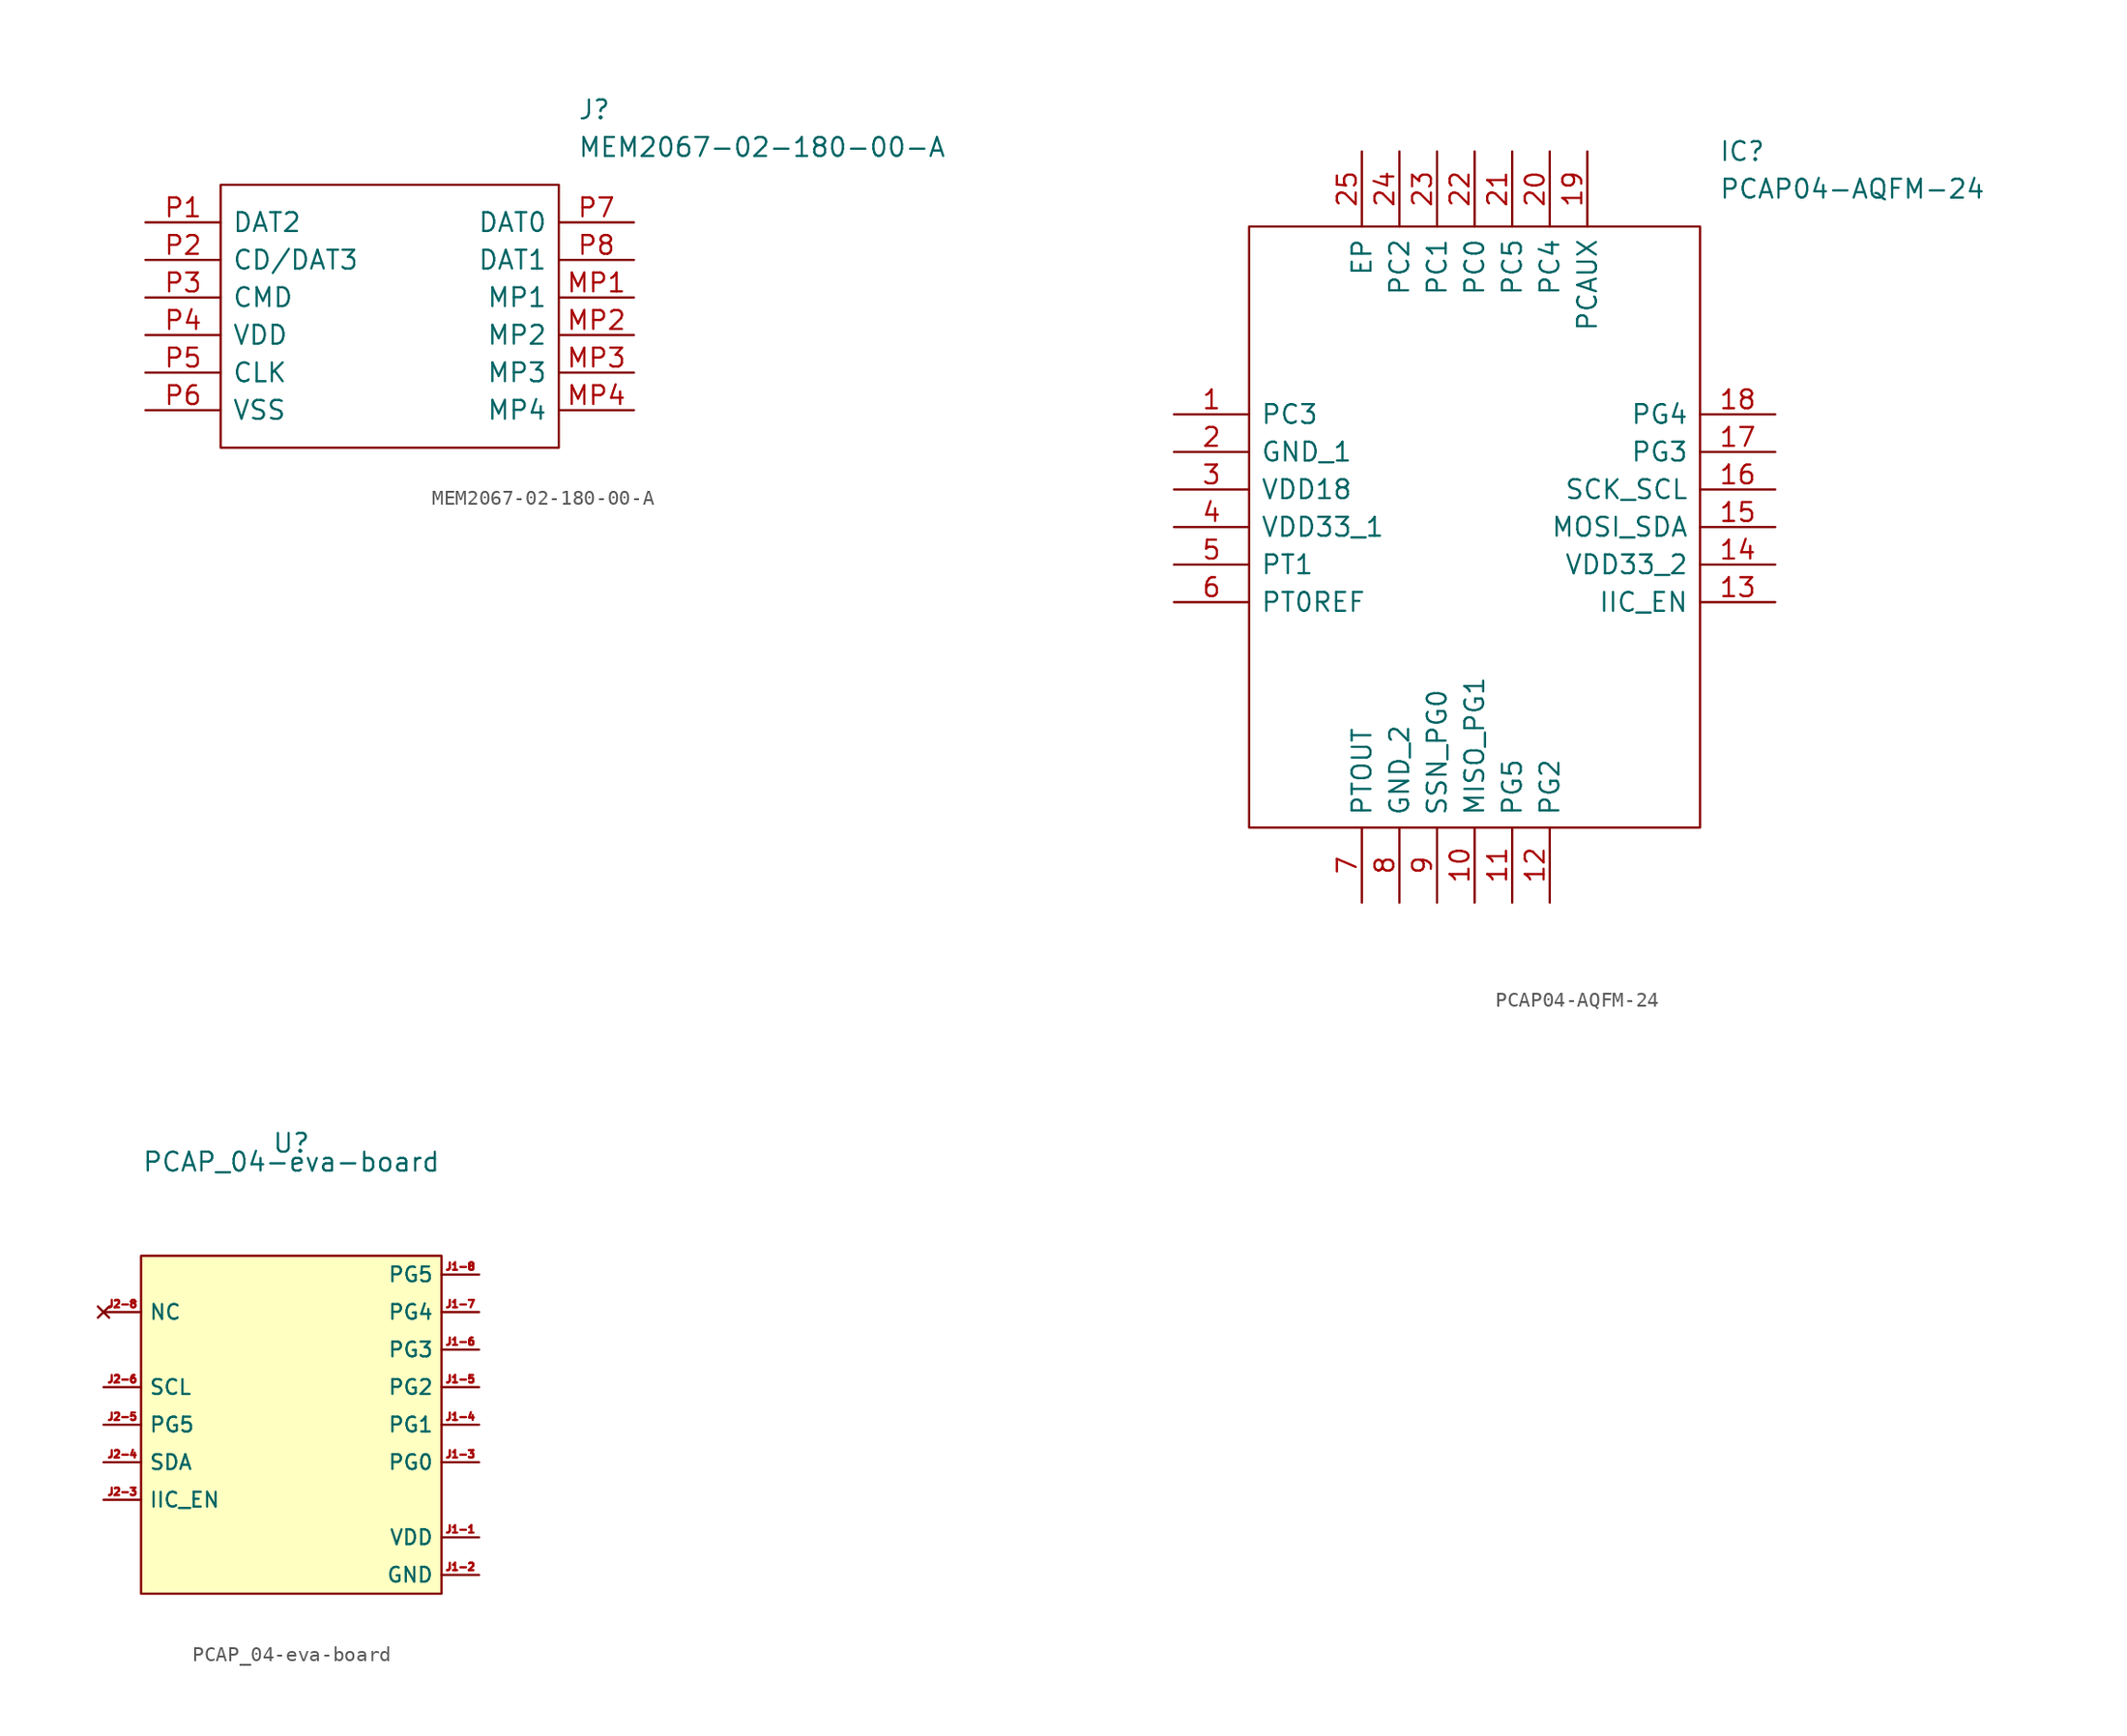
<source format=kicad_sym>
(kicad_symbol_lib
  (version 20211014)
  (generator kicad_symbol_editor)
  (symbol "MEM2067-02-180-00-A"
    (pin_names
      (offset 0.762))
    (property "Reference" "J"
      (at 29.21 7.62 0)
      (effects (font (size 1.27 1.27)) (justify left)))
    (property "Value" "MEM2067-02-180-00-A"
      (at 29.21 5.08 0)
      (effects (font (size 1.27 1.27)) (justify left)))
    (symbol "MEM2067-02-180-00-A_0_0"
      (pin passive line (at 33.02 -5.08 180) (length 5.08) (name "MP1" (effects (font (size 1.27 1.27)))) (number "MP1" (effects (font (size 1.27 1.27)))))
      (pin passive line (at 33.02 -7.62 180) (length 5.08) (name "MP2" (effects (font (size 1.27 1.27)))) (number "MP2" (effects (font (size 1.27 1.27)))))
      (pin passive line (at 33.02 -10.16 180) (length 5.08) (name "MP3" (effects (font (size 1.27 1.27)))) (number "MP3" (effects (font (size 1.27 1.27)))))
      (pin passive line (at 33.02 -12.7 180) (length 5.08) (name "MP4" (effects (font (size 1.27 1.27)))) (number "MP4" (effects (font (size 1.27 1.27)))))
      (pin passive line (at 0 0 0) (length 5.08) (name "DAT2" (effects (font (size 1.27 1.27)))) (number "P1" (effects (font (size 1.27 1.27)))))
      (pin passive line (at 0 -2.54 0) (length 5.08) (name "CD/DAT3" (effects (font (size 1.27 1.27)))) (number "P2" (effects (font (size 1.27 1.27)))))
      (pin passive line (at 0 -5.08 0) (length 5.08) (name "CMD" (effects (font (size 1.27 1.27)))) (number "P3" (effects (font (size 1.27 1.27)))))
      (pin passive line (at 0 -7.62 0) (length 5.08) (name "VDD" (effects (font (size 1.27 1.27)))) (number "P4" (effects (font (size 1.27 1.27)))))
      (pin passive line (at 0 -10.16 0) (length 5.08) (name "CLK" (effects (font (size 1.27 1.27)))) (number "P5" (effects (font (size 1.27 1.27)))))
      (pin passive line (at 0 -12.7 0) (length 5.08) (name "VSS" (effects (font (size 1.27 1.27)))) (number "P6" (effects (font (size 1.27 1.27)))))
      (pin passive line (at 33.02 0 180) (length 5.08) (name "DAT0" (effects (font (size 1.27 1.27)))) (number "P7" (effects (font (size 1.27 1.27)))))
      (pin passive line (at 33.02 -2.54 180) (length 5.08) (name "DAT1" (effects (font (size 1.27 1.27)))) (number "P8" (effects (font (size 1.27 1.27))))))
    (symbol "MEM2067-02-180-00-A_0_1"
      (polyline (pts (xy 5.08 2.54) (xy 27.94 2.54) (xy 27.94 -15.24) (xy 5.08 -15.24) (xy 5.08 2.54)) (stroke (width 0.152) (type default) (color 0 0 0 0)) (fill (type none)))))
  (symbol "PCAP04-AQFM-24"
    (pin_names
      (offset 0.762))
    (property "Reference" "IC"
      (at 36.83 17.78 0)
      (effects (font (size 1.27 1.27)) (justify left)))
    (property "Value" "PCAP04-AQFM-24"
      (at 36.83 15.24 0)
      (effects (font (size 1.27 1.27)) (justify left)))
    (symbol "PCAP04-AQFM-24_0_0"
      (pin passive line (at 0 0 0) (length 5.08) (name "PC3" (effects (font (size 1.27 1.27)))) (number "1" (effects (font (size 1.27 1.27)))))
      (pin passive line (at 20.32 -33.02 90) (length 5.08) (name "MISO_PG1" (effects (font (size 1.27 1.27)))) (number "10" (effects (font (size 1.27 1.27)))))
      (pin passive line (at 22.86 -33.02 90) (length 5.08) (name "PG5" (effects (font (size 1.27 1.27)))) (number "11" (effects (font (size 1.27 1.27)))))
      (pin passive line (at 25.4 -33.02 90) (length 5.08) (name "PG2" (effects (font (size 1.27 1.27)))) (number "12" (effects (font (size 1.27 1.27)))))
      (pin passive line (at 40.64 -12.7 180) (length 5.08) (name "IIC_EN" (effects (font (size 1.27 1.27)))) (number "13" (effects (font (size 1.27 1.27)))))
      (pin passive line (at 40.64 -10.16 180) (length 5.08) (name "VDD33_2" (effects (font (size 1.27 1.27)))) (number "14" (effects (font (size 1.27 1.27)))))
      (pin passive line (at 40.64 -7.62 180) (length 5.08) (name "MOSI_SDA" (effects (font (size 1.27 1.27)))) (number "15" (effects (font (size 1.27 1.27)))))
      (pin passive line (at 40.64 -5.08 180) (length 5.08) (name "SCK_SCL" (effects (font (size 1.27 1.27)))) (number "16" (effects (font (size 1.27 1.27)))))
      (pin passive line (at 40.64 -2.54 180) (length 5.08) (name "PG3" (effects (font (size 1.27 1.27)))) (number "17" (effects (font (size 1.27 1.27)))))
      (pin passive line (at 40.64 0 180) (length 5.08) (name "PG4" (effects (font (size 1.27 1.27)))) (number "18" (effects (font (size 1.27 1.27)))))
      (pin passive line (at 27.94 17.78 270) (length 5.08) (name "PCAUX" (effects (font (size 1.27 1.27)))) (number "19" (effects (font (size 1.27 1.27)))))
      (pin passive line (at 0 -2.54 0) (length 5.08) (name "GND_1" (effects (font (size 1.27 1.27)))) (number "2" (effects (font (size 1.27 1.27)))))
      (pin passive line (at 25.4 17.78 270) (length 5.08) (name "PC4" (effects (font (size 1.27 1.27)))) (number "20" (effects (font (size 1.27 1.27)))))
      (pin passive line (at 22.86 17.78 270) (length 5.08) (name "PC5" (effects (font (size 1.27 1.27)))) (number "21" (effects (font (size 1.27 1.27)))))
      (pin passive line (at 20.32 17.78 270) (length 5.08) (name "PC0" (effects (font (size 1.27 1.27)))) (number "22" (effects (font (size 1.27 1.27)))))
      (pin passive line (at 17.78 17.78 270) (length 5.08) (name "PC1" (effects (font (size 1.27 1.27)))) (number "23" (effects (font (size 1.27 1.27)))))
      (pin passive line (at 15.24 17.78 270) (length 5.08) (name "PC2" (effects (font (size 1.27 1.27)))) (number "24" (effects (font (size 1.27 1.27)))))
      (pin passive line (at 12.7 17.78 270) (length 5.08) (name "EP" (effects (font (size 1.27 1.27)))) (number "25" (effects (font (size 1.27 1.27)))))
      (pin passive line (at 0 -5.08 0) (length 5.08) (name "VDD18" (effects (font (size 1.27 1.27)))) (number "3" (effects (font (size 1.27 1.27)))))
      (pin passive line (at 0 -7.62 0) (length 5.08) (name "VDD33_1" (effects (font (size 1.27 1.27)))) (number "4" (effects (font (size 1.27 1.27)))))
      (pin passive line (at 0 -10.16 0) (length 5.08) (name "PT1" (effects (font (size 1.27 1.27)))) (number "5" (effects (font (size 1.27 1.27)))))
      (pin passive line (at 0 -12.7 0) (length 5.08) (name "PT0REF" (effects (font (size 1.27 1.27)))) (number "6" (effects (font (size 1.27 1.27)))))
      (pin passive line (at 12.7 -33.02 90) (length 5.08) (name "PTOUT" (effects (font (size 1.27 1.27)))) (number "7" (effects (font (size 1.27 1.27)))))
      (pin passive line (at 15.24 -33.02 90) (length 5.08) (name "GND_2" (effects (font (size 1.27 1.27)))) (number "8" (effects (font (size 1.27 1.27)))))
      (pin passive line (at 17.78 -33.02 90) (length 5.08) (name "SSN_PG0" (effects (font (size 1.27 1.27)))) (number "9" (effects (font (size 1.27 1.27))))))
    (symbol "PCAP04-AQFM-24_0_1"
      (polyline (pts (xy 5.08 12.7) (xy 35.56 12.7) (xy 35.56 -27.94) (xy 5.08 -27.94) (xy 5.08 12.7)) (stroke (width 0.152) (type default) (color 0 0 0 0)) (fill (type none)))))
  (symbol "PCAP_04-eva-board"
    (property "Reference" "U"
      (at 0 17.78 0)
      (effects (font (size 1.27 1.27))))
    (property "Value" "PCAP_04-eva-board"
      (at 0 16.51 0)
      (effects (font (size 1.27 1.27))))
    (symbol "PCAP_04-eva-board_0_1"
      (rectangle (start -10.16 10.16) (end 10.16 -12.7) (stroke (width 0) (type default) (color 0 0 0 0)) (fill (type background))))
    (symbol "PCAP_04-eva-board_1_1"
      (pin power_in line (at 12.7 -8.89 180) (length 2.54) (name "VDD" (effects (font (size 1 1)))) (number "J1-1" (effects (font (size 0.5 0.5)))))
      (pin power_out line (at 12.7 -11.43 180) (length 2.54) (name "GND" (effects (font (size 1 1)))) (number "J1-2" (effects (font (size 0.5 0.5)))))
      (pin bidirectional line (at 12.7 -3.81 180) (length 2.54) (name "PG0" (effects (font (size 1 1)))) (number "J1-3" (effects (font (size 0.5 0.5)))) (alternate "SSN" bidirectional line))
      (pin bidirectional line (at 12.7 -1.27 180) (length 2.54) (name "PG1" (effects (font (size 1 1)))) (number "J1-4" (effects (font (size 0.5 0.5)))) (alternate "MISO" bidirectional line))
      (pin bidirectional line (at 12.7 1.27 180) (length 2.54) (name "PG2" (effects (font (size 1 1)))) (number "J1-5" (effects (font (size 0.5 0.5)))))
      (pin bidirectional line (at 12.7 3.81 180) (length 2.54) (name "PG3" (effects (font (size 1 1)))) (number "J1-6" (effects (font (size 0.5 0.5)))))
      (pin bidirectional line (at 12.7 6.35 180) (length 2.54) (name "PG4" (effects (font (size 1 1)))) (number "J1-7" (effects (font (size 0.5 0.5)))))
      (pin bidirectional line (at 12.7 8.89 180) (length 2.54) (name "PG5" (effects (font (size 1 1)))) (number "J1-8" (effects (font (size 0.5 0.5)))))
      (pin power_out line (at 12.7 -11.43 180) (length 2.54) hide (name "GND" (effects (font (size 1 1)))) (number "J1-9" (effects (font (size 0.5 0.5)))))
      (pin power_in line (at 12.7 -8.89 180) (length 2.54) hide (name "VDD" (effects (font (size 1 1)))) (number "J2-1" (effects (font (size 0.5 0.5)))))
      (pin power_out line (at 12.7 -11.43 180) (length 2.54) hide (name "GND" (effects (font (size 1 1)))) (number "J2-2" (effects (font (size 0.5 0.5)))))
      (pin bidirectional line (at -12.7 -6.35 0) (length 2.54) (name "IIC_EN" (effects (font (size 1 1)))) (number "J2-3" (effects (font (size 0.5 0.5)))))
      (pin bidirectional line (at -12.7 -3.81 0) (length 2.54) (name "SDA" (effects (font (size 1 1)))) (number "J2-4" (effects (font (size 0.5 0.5)))) (alternate "MOSI" bidirectional line))
      (pin bidirectional line (at -12.7 -1.27 0) (length 2.54) (name "PG5" (effects (font (size 1 1)))) (number "J2-5" (effects (font (size 0.5 0.5)))))
      (pin bidirectional line (at -12.7 1.27 0) (length 2.54) (name "SCL" (effects (font (size 1 1)))) (number "J2-6" (effects (font (size 0.5 0.5)))) (alternate "SCK" bidirectional line))
      (pin power_out line (at 12.7 -11.43 180) (length 2.54) hide (name "GND" (effects (font (size 1 1)))) (number "J2-7" (effects (font (size 0.5 0.5)))))
      (pin no_connect line (at -12.7 6.35 0) (length 2.54) (name "NC" (effects (font (size 1 1)))) (number "J2-8" (effects (font (size 0.5 0.5)))))
      (pin power_out line (at 12.7 -11.43 180) (length 2.54) hide (name "GND" (effects (font (size 1 1)))) (number "J2-9" (effects (font (size 0.5 0.5))))))))
</source>
